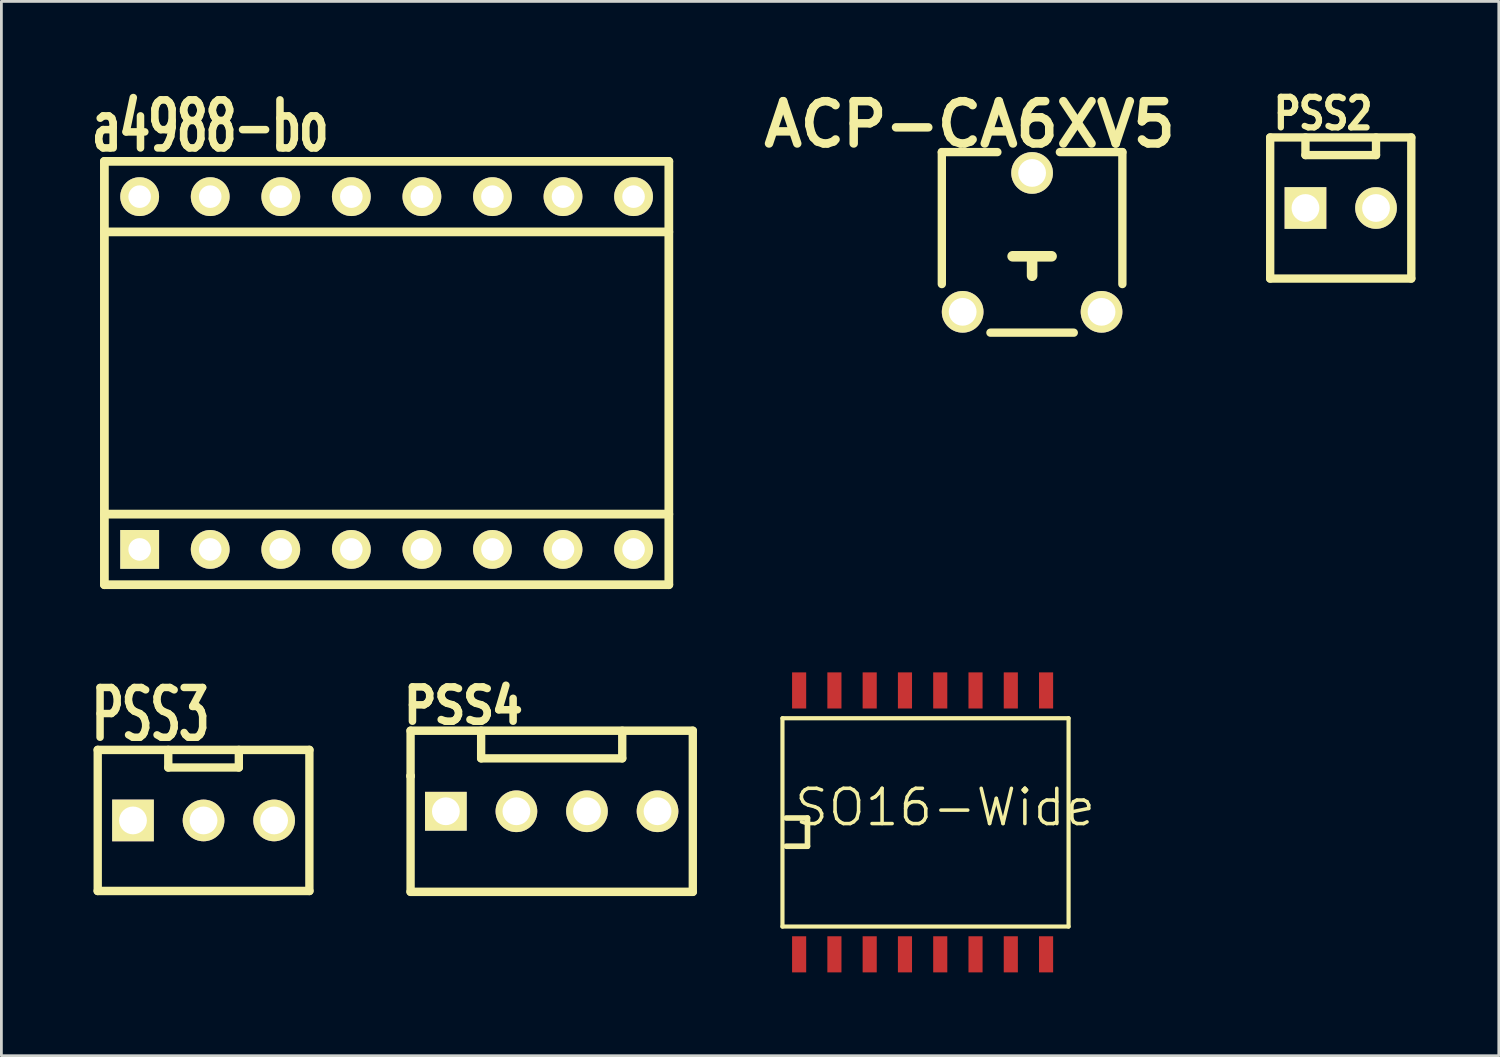
<source format=kicad_pcb>
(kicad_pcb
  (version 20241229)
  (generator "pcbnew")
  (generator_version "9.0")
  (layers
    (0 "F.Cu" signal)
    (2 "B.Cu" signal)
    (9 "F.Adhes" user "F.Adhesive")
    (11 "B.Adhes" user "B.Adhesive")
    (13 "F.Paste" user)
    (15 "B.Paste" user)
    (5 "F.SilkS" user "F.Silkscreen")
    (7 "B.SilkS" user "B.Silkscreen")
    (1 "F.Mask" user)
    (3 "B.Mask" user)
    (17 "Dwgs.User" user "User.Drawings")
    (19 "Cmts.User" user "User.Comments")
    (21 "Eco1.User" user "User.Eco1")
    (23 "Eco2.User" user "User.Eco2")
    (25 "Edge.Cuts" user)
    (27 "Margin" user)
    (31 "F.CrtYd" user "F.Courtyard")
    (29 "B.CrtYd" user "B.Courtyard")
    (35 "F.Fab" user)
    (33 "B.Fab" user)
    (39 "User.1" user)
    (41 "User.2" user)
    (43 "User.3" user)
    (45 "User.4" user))
  (footprint "PSS2"
    (layer "F.Cu")
    (at 45.217 4.438)
    (property "Reference" "PSS2" (at -0.635 -3.4 0) (layer "F.SilkS") (effects (font (size 1.1 0.9) (thickness 0.225))))
    (attr through_hole)
    (fp_line (start -2.54 -2.54) (end -2.54 2.54) (stroke (width 0.3) (type solid)) (layer "F.SilkS"))
    (fp_line (start -2.54 2.54) (end 2.54 2.54) (stroke (width 0.3) (type solid)) (layer "F.SilkS"))
    (fp_line (start -1.27 -2.54) (end -1.27 -1.905) (stroke (width 0.3) (type solid)) (layer "F.SilkS"))
    (fp_line (start -1.27 -1.905) (end 1.27 -1.905) (stroke (width 0.3) (type solid)) (layer "F.SilkS"))
    (fp_line (start 1.27 -1.905) (end 1.27 -2.54) (stroke (width 0.3) (type solid)) (layer "F.SilkS"))
    (fp_line (start 2.54 -2.54) (end -2.54 -2.54) (stroke (width 0.3) (type solid)) (layer "F.SilkS"))
    (fp_line (start 2.54 -2.54) (end 2.54 2.54) (stroke (width 0.3) (type solid)) (layer "F.SilkS"))
    (pad "1" thru_hole rect (at -1.27 0) (size 1.5 1.5) (drill 1) (layers "*.Cu" "*.Mask" "F.SilkS"))
    (pad "2" thru_hole circle (at 1.27 0) (size 1.5 1.5) (drill 1) (layers "*.Cu" "*.Mask" "F.SilkS")))
  (footprint "PSS3"
    (layer "F.Cu")
    (at 4.278 26.486)
    (property "Reference" "PSS3" (at -1.905 -3.81 0) (layer "F.SilkS") (effects (font (size 1.791 1.077) (thickness 0.269))))
    (attr through_hole)
    (fp_line (start -3.81 -2.54) (end -3.81 2.54) (stroke (width 0.3) (type solid)) (layer "F.SilkS"))
    (fp_line (start -3.81 -2.54) (end 3.81 -2.54) (stroke (width 0.305) (type solid)) (layer "F.SilkS"))
    (fp_line (start -1.27 -2.54) (end -1.27 -1.905) (stroke (width 0.3) (type solid)) (layer "F.SilkS"))
    (fp_line (start -1.27 -1.905) (end 1.27 -1.905) (stroke (width 0.3) (type solid)) (layer "F.SilkS"))
    (fp_line (start 1.27 -1.905) (end 1.27 -2.54) (stroke (width 0.3) (type solid)) (layer "F.SilkS"))
    (fp_line (start 3.81 -2.54) (end 3.81 2.54) (stroke (width 0.3) (type solid)) (layer "F.SilkS"))
    (fp_line (start 3.81 2.54) (end -3.81 2.54) (stroke (width 0.305) (type solid)) (layer "F.SilkS"))
    (pad "1" thru_hole rect (at -2.54 0) (size 1.5 1.5) (drill 1) (layers "*.Cu" "*.Mask" "F.SilkS"))
    (pad "2" thru_hole circle (at 0 0) (size 1.5 1.5) (drill 1) (layers "*.Cu" "*.Mask" "F.SilkS"))
    (pad "3" thru_hole circle (at 2.54 0) (size 1.5 1.5) (drill 1) (layers "*.Cu" "*.Mask" "F.SilkS")))
  (footprint "PSS4"
    (layer "F.Cu")
    (at 11.731 26.156)
    (property "Reference" "PSS4" (at 1.905 -3.8 0) (layer "F.SilkS") (effects (font (size 1.235 1.087) (thickness 0.272))))
    (attr through_hole)
    (fp_line (start 0 -2.9) (end 0 2.9) (stroke (width 0.3) (type solid)) (layer "F.SilkS"))
    (fp_line (start 0 -2.9) (end 10.16 -2.9) (stroke (width 0.305) (type solid)) (layer "F.SilkS"))
    (fp_line (start 0 -1.27) (end 0 -1.27) (stroke (width 0.305) (type solid)) (layer "F.SilkS"))
    (fp_line (start 0 -1.27) (end 0 -1.27) (stroke (width 0.305) (type solid)) (layer "F.SilkS"))
    (fp_line (start 2.54 -1.905) (end 2.54 -2.9) (stroke (width 0.3) (type solid)) (layer "F.SilkS"))
    (fp_line (start 2.54 -1.905) (end 7.62 -1.905) (stroke (width 0.3) (type solid)) (layer "F.SilkS"))
    (fp_line (start 7.62 -1.905) (end 7.62 -2.9) (stroke (width 0.3) (type solid)) (layer "F.SilkS"))
    (fp_line (start 10.16 -2.9) (end 10.16 2.9) (stroke (width 0.3) (type solid)) (layer "F.SilkS"))
    (fp_line (start 10.16 2.9) (end 0 2.9) (stroke (width 0.305) (type solid)) (layer "F.SilkS"))
    (pad "1" thru_hole rect (at 1.27 0) (size 1.5 1.397) (drill 1) (layers "*.Cu" "*.Mask" "F.SilkS"))
    (pad "2" thru_hole circle (at 3.81 0) (size 1.5 1.5) (drill 1) (layers "*.Cu" "*.Mask" "F.SilkS"))
    (pad "3" thru_hole circle (at 6.35 0) (size 1.5 1.5) (drill 1) (layers "*.Cu" "*.Mask" "F.SilkS"))
    (pad "4" thru_hole circle (at 8.89 0) (size 1.5 1.5) (drill 1) (layers "*.Cu" "*.Mask" "F.SilkS")))
  (footprint "a4988-bo"
    (layer "F.Cu")
    (at 10.868 10.379)
    (property "Reference" "a4988-bo" (at -6.35 -8.89 0) (layer "F.SilkS") (effects (font (size 1.73 1.087) (thickness 0.272))))
    (attr through_hole)
    (fp_line (start -10.16 -7.62) (end -10.16 7.62) (stroke (width 0.315) (type solid)) (layer "F.SilkS"))
    (fp_line (start -10.16 -7.62) (end 10.16 -7.62) (stroke (width 0.315) (type solid)) (layer "F.SilkS"))
    (fp_line (start -10.16 -5.08) (end 10.16 -5.08) (stroke (width 0.315) (type solid)) (layer "F.SilkS"))
    (fp_line (start 10.16 -7.62) (end 10.16 7.62) (stroke (width 0.315) (type solid)) (layer "F.SilkS"))
    (fp_line (start 10.16 5.08) (end -10.16 5.08) (stroke (width 0.315) (type solid)) (layer "F.SilkS"))
    (fp_line (start 10.16 7.62) (end -10.16 7.62) (stroke (width 0.315) (type solid)) (layer "F.SilkS"))
    (pad "1" thru_hole rect (at -8.89 6.35) (size 1.397 1.397) (drill 0.813) (layers "*.Cu" "*.Mask" "F.SilkS"))
    (pad "2" thru_hole circle (at -6.35 6.35) (size 1.397 1.397) (drill 0.813) (layers "*.Cu" "*.Mask" "F.SilkS"))
    (pad "3" thru_hole circle (at -3.81 6.35) (size 1.397 1.397) (drill 0.813) (layers "*.Cu" "*.Mask" "F.SilkS"))
    (pad "4" thru_hole circle (at -1.27 6.35) (size 1.397 1.397) (drill 0.813) (layers "*.Cu" "*.Mask" "F.SilkS"))
    (pad "5" thru_hole circle (at 1.27 6.35) (size 1.397 1.397) (drill 0.813) (layers "*.Cu" "*.Mask" "F.SilkS"))
    (pad "6" thru_hole circle (at 3.81 6.35) (size 1.397 1.397) (drill 0.813) (layers "*.Cu" "*.Mask" "F.SilkS"))
    (pad "7" thru_hole circle (at 6.35 6.35) (size 1.397 1.397) (drill 0.813) (layers "*.Cu" "*.Mask" "F.SilkS"))
    (pad "8" thru_hole circle (at 8.89 6.35) (size 1.397 1.397) (drill 0.813) (layers "*.Cu" "*.Mask" "F.SilkS"))
    (pad "9" thru_hole circle (at 8.89 -6.35) (size 1.397 1.397) (drill 0.813) (layers "*.Cu" "*.Mask" "F.SilkS"))
    (pad "10" thru_hole circle (at 6.35 -6.35) (size 1.397 1.397) (drill 0.813) (layers "*.Cu" "*.Mask" "F.SilkS"))
    (pad "11" thru_hole circle (at 3.81 -6.35) (size 1.397 1.397) (drill 0.813) (layers "*.Cu" "*.Mask" "F.SilkS"))
    (pad "12" thru_hole circle (at 1.27 -6.35) (size 1.397 1.397) (drill 0.813) (layers "*.Cu" "*.Mask" "F.SilkS"))
    (pad "13" thru_hole circle (at -1.27 -6.35) (size 1.397 1.397) (drill 0.813) (layers "*.Cu" "*.Mask" "F.SilkS"))
    (pad "14" thru_hole circle (at -3.81 -6.35) (size 1.397 1.397) (drill 0.813) (layers "*.Cu" "*.Mask" "F.SilkS"))
    (pad "15" thru_hole circle (at -6.35 -6.35) (size 1.397 1.397) (drill 0.813) (layers "*.Cu" "*.Mask" "F.SilkS"))
    (pad "16" thru_hole circle (at -8.89 -6.35) (size 1.397 1.397) (drill 0.813) (layers "*.Cu" "*.Mask" "F.SilkS")))
  (footprint "SO16-Wide"
    (layer "F.Cu")
    (at 25.719 21.806)
    (property "Reference" "SO16-Wide" (at 5.254 4.211 0) (layer "F.SilkS") (effects (font (size 1.27 1.27) (thickness 0.127))))
    (attr smd)
    (fp_line (start -0.6 1) (end -0.6 8.5) (stroke (width 0.15) (type solid)) (layer "F.SilkS"))
    (fp_line (start -0.6 1) (end 9.7 1) (stroke (width 0.15) (type solid)) (layer "F.SilkS"))
    (fp_line (start -0.6 8.5) (end 9.7 8.5) (stroke (width 0.15) (type solid)) (layer "F.SilkS"))
    (fp_line (start -0.461 4.592) (end 0.301 4.592) (stroke (width 0.203) (type solid)) (layer "F.SilkS"))
    (fp_line (start 0.301 4.592) (end 0.301 5.608) (stroke (width 0.203) (type solid)) (layer "F.SilkS"))
    (fp_line (start 0.301 5.608) (end -0.461 5.608) (stroke (width 0.203) (type solid)) (layer "F.SilkS"))
    (fp_line (start 9.7 1) (end 9.7 8.5) (stroke (width 0.15) (type solid)) (layer "F.SilkS"))
    (pad "1" smd rect (at 0 9.5) (size 0.508 1.3) (layers "F.Cu" "F.Mask" "F.Paste"))
    (pad "2" smd rect (at 1.27 9.5) (size 0.508 1.3) (layers "F.Cu" "F.Mask" "F.Paste"))
    (pad "3" smd rect (at 2.54 9.5) (size 0.508 1.3) (layers "F.Cu" "F.Mask" "F.Paste"))
    (pad "4" smd rect (at 3.81 9.5) (size 0.508 1.3) (layers "F.Cu" "F.Mask" "F.Paste"))
    (pad "5" smd rect (at 5.08 9.5) (size 0.508 1.3) (layers "F.Cu" "F.Mask" "F.Paste"))
    (pad "6" smd rect (at 6.35 9.5) (size 0.508 1.3) (layers "F.Cu" "F.Mask" "F.Paste"))
    (pad "7" smd rect (at 7.62 9.5) (size 0.508 1.3) (layers "F.Cu" "F.Mask" "F.Paste"))
    (pad "8" smd rect (at 8.89 9.5) (size 0.508 1.3) (layers "F.Cu" "F.Mask" "F.Paste"))
    (pad "9" smd rect (at 8.89 0) (size 0.508 1.3) (layers "F.Cu" "F.Mask" "F.Paste"))
    (pad "10" smd rect (at 7.62 0) (size 0.508 1.3) (layers "F.Cu" "F.Mask" "F.Paste"))
    (pad "11" smd rect (at 6.35 0) (size 0.508 1.3) (layers "F.Cu" "F.Mask" "F.Paste"))
    (pad "12" smd rect (at 5.08 0) (size 0.508 1.3) (layers "F.Cu" "F.Mask" "F.Paste"))
    (pad "13" smd rect (at 3.81 0) (size 0.508 1.3) (layers "F.Cu" "F.Mask" "F.Paste"))
    (pad "14" smd rect (at 2.54 0) (size 0.508 1.3) (layers "F.Cu" "F.Mask" "F.Paste"))
    (pad "15" smd rect (at 1.27 0) (size 0.508 1.3) (layers "F.Cu" "F.Mask" "F.Paste"))
    (pad "16" smd rect (at 0 0) (size 0.508 1.3) (layers "F.Cu" "F.Mask" "F.Paste")))
  (footprint "ACP-CA6XV5"
    (layer "F.Cu")
    (at 34.106 5.676)
    (property "Reference" "ACP-CA6XV5" (at -2.25 -4.25 0) (layer "F.SilkS") (effects (font (size 1.524 1.524) (thickness 0.305))))
    (attr through_hole)
    (fp_line (start -3.25 -3.25) (end -1.25 -3.25) (stroke (width 0.3) (type solid)) (layer "F.SilkS"))
    (fp_line (start -3.25 1.5) (end -3.25 -3.25) (stroke (width 0.3) (type solid)) (layer "F.SilkS"))
    (fp_line (start -0.701 0.5) (end 0.701 0.5) (stroke (width 0.381) (type solid)) (layer "F.SilkS"))
    (fp_line (start 0 0.5) (end 0 1.201) (stroke (width 0.381) (type solid)) (layer "F.SilkS"))
    (fp_line (start 1 -3.25) (end 3.25 -3.25) (stroke (width 0.3) (type solid)) (layer "F.SilkS"))
    (fp_line (start 1.5 3.25) (end -1.5 3.25) (stroke (width 0.3) (type solid)) (layer "F.SilkS"))
    (fp_line (start 3.25 -3.25) (end 3.25 1.5) (stroke (width 0.3) (type solid)) (layer "F.SilkS"))
    (pad "1" thru_hole circle (at -2.5 2.5) (size 1.5 1.5) (drill 1) (layers "*.Cu" "*.Mask" "F.SilkS"))
    (pad "2" thru_hole circle (at 0 -2.5) (size 1.5 1.5) (drill 1) (layers "*.Cu" "*.Mask" "F.SilkS"))
    (pad "3" thru_hole circle (at 2.5 2.5) (size 1.5 1.5) (drill 1) (layers "*.Cu" "*.Mask" "F.SilkS")))
  (gr_rect
    (start -3 -3)
    (end 50.907 34.956)
    (stroke (width 0.1) (type default))
    (fill no)
    (layer "Edge.Cuts")))
</source>
